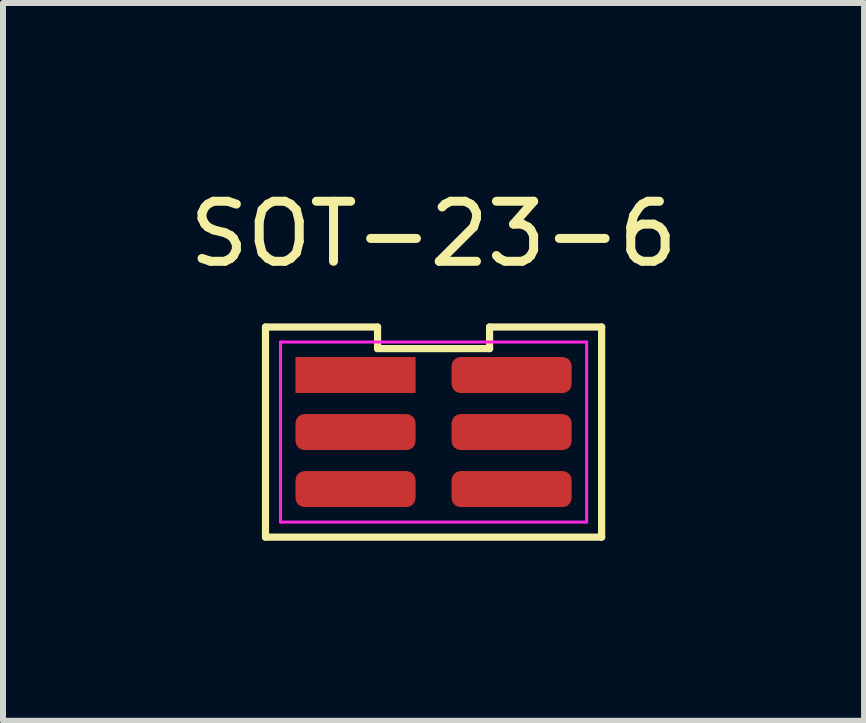
<source format=kicad_pcb>
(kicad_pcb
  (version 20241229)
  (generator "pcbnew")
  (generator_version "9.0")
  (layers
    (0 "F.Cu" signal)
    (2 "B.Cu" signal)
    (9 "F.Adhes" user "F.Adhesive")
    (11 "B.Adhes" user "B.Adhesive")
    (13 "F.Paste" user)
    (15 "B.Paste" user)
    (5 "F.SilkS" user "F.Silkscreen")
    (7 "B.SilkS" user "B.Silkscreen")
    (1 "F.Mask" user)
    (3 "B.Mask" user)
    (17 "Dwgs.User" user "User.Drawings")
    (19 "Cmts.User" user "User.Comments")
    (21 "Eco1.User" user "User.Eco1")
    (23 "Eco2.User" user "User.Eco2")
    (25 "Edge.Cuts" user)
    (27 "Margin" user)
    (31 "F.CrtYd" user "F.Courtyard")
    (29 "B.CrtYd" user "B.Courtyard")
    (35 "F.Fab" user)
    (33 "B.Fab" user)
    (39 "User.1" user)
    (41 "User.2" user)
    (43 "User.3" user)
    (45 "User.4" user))
  (footprint "SOT-23-6"
    (layer "F.Cu")
    (at 3.873 3.848)
    (property "Reference" "SOT-23-6" (at 0.3 -3 0) (layer "F.SilkS") (effects (font (size 1 1) (thickness 0.15))))
    (attr through_hole)
    (fp_line (start -2.5 -1.45) (end -2.5 2.05) (stroke (width 0.12) (type default)) (layer "F.SilkS"))
    (fp_line (start -2.5 2.05) (end 3.1 2.05) (stroke (width 0.12) (type default)) (layer "F.SilkS"))
    (fp_line (start -0.633 -1.45) (end -2.5 -1.45) (stroke (width 0.12) (type default)) (layer "F.SilkS"))
    (fp_line (start -0.633 -1.09) (end -0.633 -1.45) (stroke (width 0.12) (type default)) (layer "F.SilkS"))
    (fp_line (start 1.233 -1.45) (end 1.233 -1.09) (stroke (width 0.12) (type default)) (layer "F.SilkS"))
    (fp_line (start 1.233 -1.09) (end -0.633 -1.09) (stroke (width 0.12) (type default)) (layer "F.SilkS"))
    (fp_line (start 3.1 -1.45) (end 1.233 -1.45) (stroke (width 0.12) (type default)) (layer "F.SilkS"))
    (fp_line (start 3.1 2.05) (end 3.1 -1.45) (stroke (width 0.12) (type default)) (layer "F.SilkS"))
    (fp_line (start -2.25 -1.2) (end 2.85 -1.2) (stroke (width 0.05) (type default)) (layer "F.CrtYd"))
    (fp_line (start -2.25 1.8) (end -2.25 -1.2) (stroke (width 0.05) (type default)) (layer "F.CrtYd"))
    (fp_line (start 2.85 -1.2) (end 2.85 1.8) (stroke (width 0.05) (type default)) (layer "F.CrtYd"))
    (fp_line (start 2.85 1.8) (end -2.25 1.8) (stroke (width 0.05) (type default)) (layer "F.CrtYd"))
    (pad "1" smd rect (at -1 -0.65 270) (size 0.6 2) (layers "F.Cu" "F.Mask" "F.Paste"))
    (pad "2" smd roundrect (at -1 0.3 270) (size 0.6 2) (layers "F.Cu" "F.Mask" "F.Paste") (roundrect_rratio 0.25))
    (pad "3" smd roundrect (at -1 1.25 270) (size 0.6 2) (layers "F.Cu" "F.Mask" "F.Paste") (roundrect_rratio 0.25))
    (pad "4" smd roundrect (at 1.6 1.25 270) (size 0.6 2) (layers "F.Cu" "F.Mask" "F.Paste") (roundrect_rratio 0.25))
    (pad "5" smd roundrect (at 1.6 0.3 270) (size 0.6 2) (layers "F.Cu" "F.Mask" "F.Paste") (roundrect_rratio 0.25))
    (pad "6" smd roundrect (at 1.6 -0.65 270) (size 0.6 2) (layers "F.Cu" "F.Mask" "F.Paste") (roundrect_rratio 0.25)))
  (gr_rect
    (start -3 -3)
    (end 11.345 8.958)
    (stroke (width 0.1) (type default))
    (fill no)
    (layer "Edge.Cuts")))
</source>
